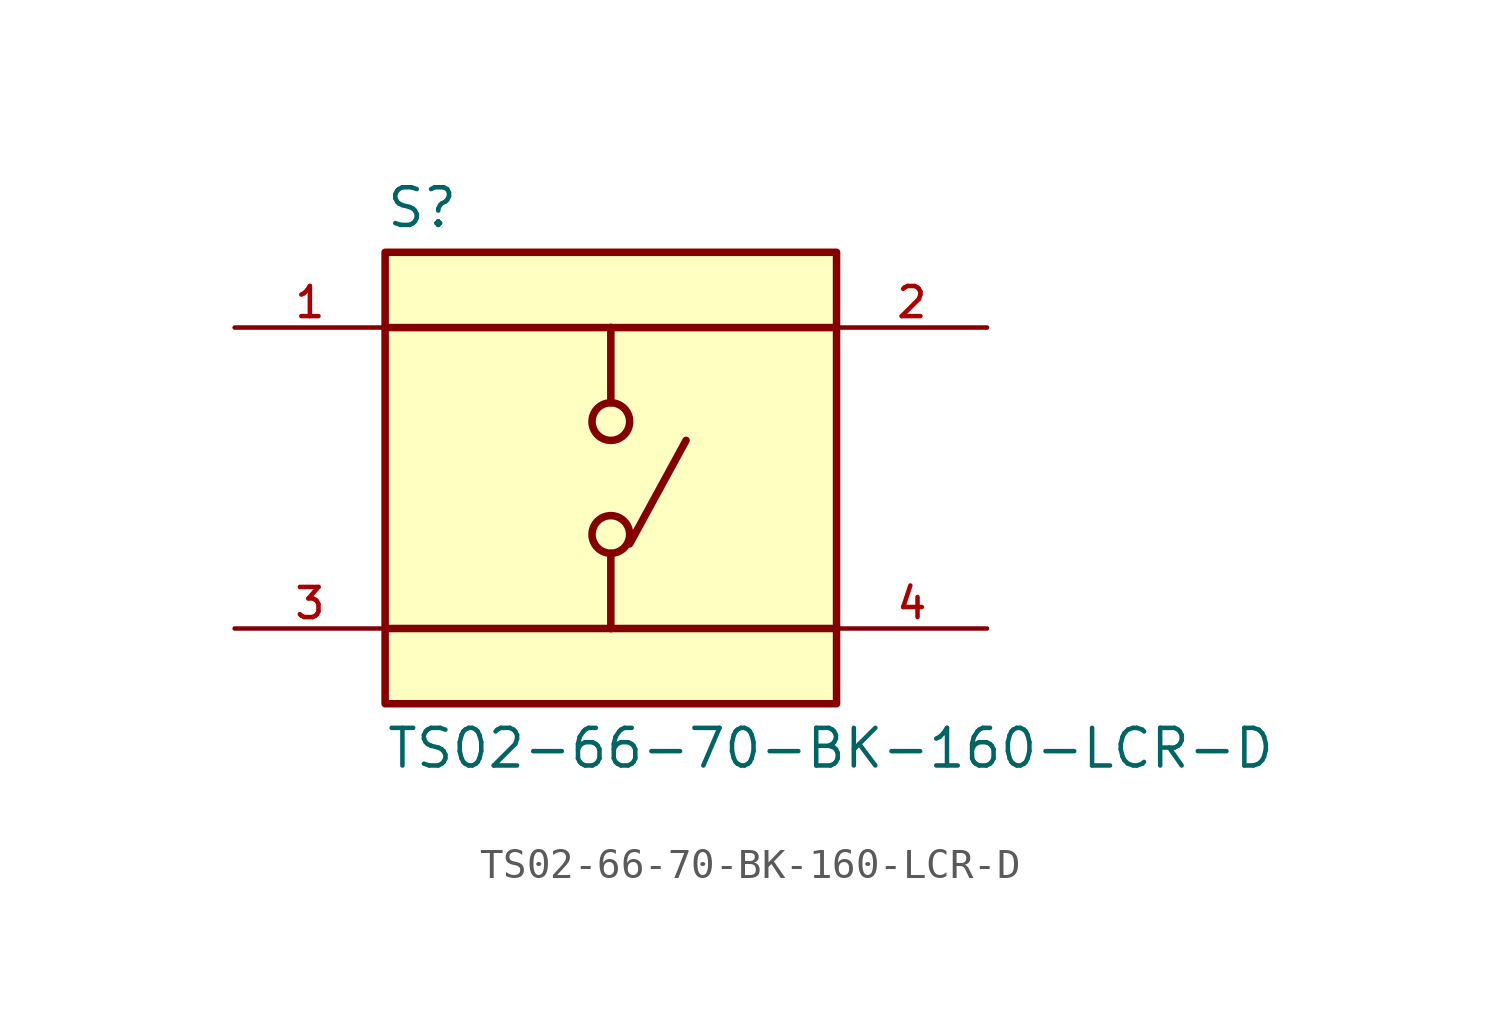
<source format=kicad_sym>
(kicad_symbol_lib
  (version 20211014)
  (generator kicad_symbol_editor)
  (symbol "TS02-66-70-BK-160-LCR-D"
    (pin_names
      (offset 1.016))
    (property "Reference" "S"
      (at -7.62 8.382 0)
      (effects (font (size 1.27 1.27)) (justify bottom left)))
    (property "Value" "TS02-66-70-BK-160-LCR-D"
      (at -7.62 -8.382 0)
      (effects (font (size 1.27 1.27)) (justify top left)))
    (symbol "TS02-66-70-BK-160-LCR-D_0_0"
      (polyline (pts (xy 0.0 5.08) (xy 0.0 2.54)) (stroke (width 0.254)))
      (polyline (pts (xy 0.0 -2.54) (xy 0.0 -5.08)) (stroke (width 0.254)))
      (polyline (pts (xy 0.0 5.08) (xy -7.62 5.08)) (stroke (width 0.254)))
      (polyline (pts (xy 0.0 5.08) (xy 7.62 5.08)) (stroke (width 0.254)))
      (polyline (pts (xy 0.0 -5.08) (xy -7.62 -5.08)) (stroke (width 0.254)))
      (polyline (pts (xy 0.0 -5.08) (xy 7.62 -5.08)) (stroke (width 0.254)))
      (circle (center 0.0 -1.905) (radius 0.635) (stroke (width 0.254)) (fill (type none)))
      (circle (center 0.0 1.905) (radius 0.635) (stroke (width 0.254)) (fill (type none)))
      (polyline (pts (xy 0.635 -2.223) (xy 2.54 1.27)) (stroke (width 0.254)))
      (rectangle (start -7.62 -7.62) (end 7.62 7.62) (stroke (width 0.254)) (fill (type background)))
      (pin passive line (at -12.7 5.08 0) (length 5.08) (name "~" (effects (font (size 1.016 1.016)))) (number "1" (effects (font (size 1.016 1.016)))))
      (pin passive line (at -12.7 -5.08 0) (length 5.08) (name "~" (effects (font (size 1.016 1.016)))) (number "3" (effects (font (size 1.016 1.016)))))
      (pin passive line (at 12.7 5.08 180.0) (length 5.08) (name "~" (effects (font (size 1.016 1.016)))) (number "2" (effects (font (size 1.016 1.016)))))
      (pin passive line (at 12.7 -5.08 180.0) (length 5.08) (name "~" (effects (font (size 1.016 1.016)))) (number "4" (effects (font (size 1.016 1.016))))))))
</source>
